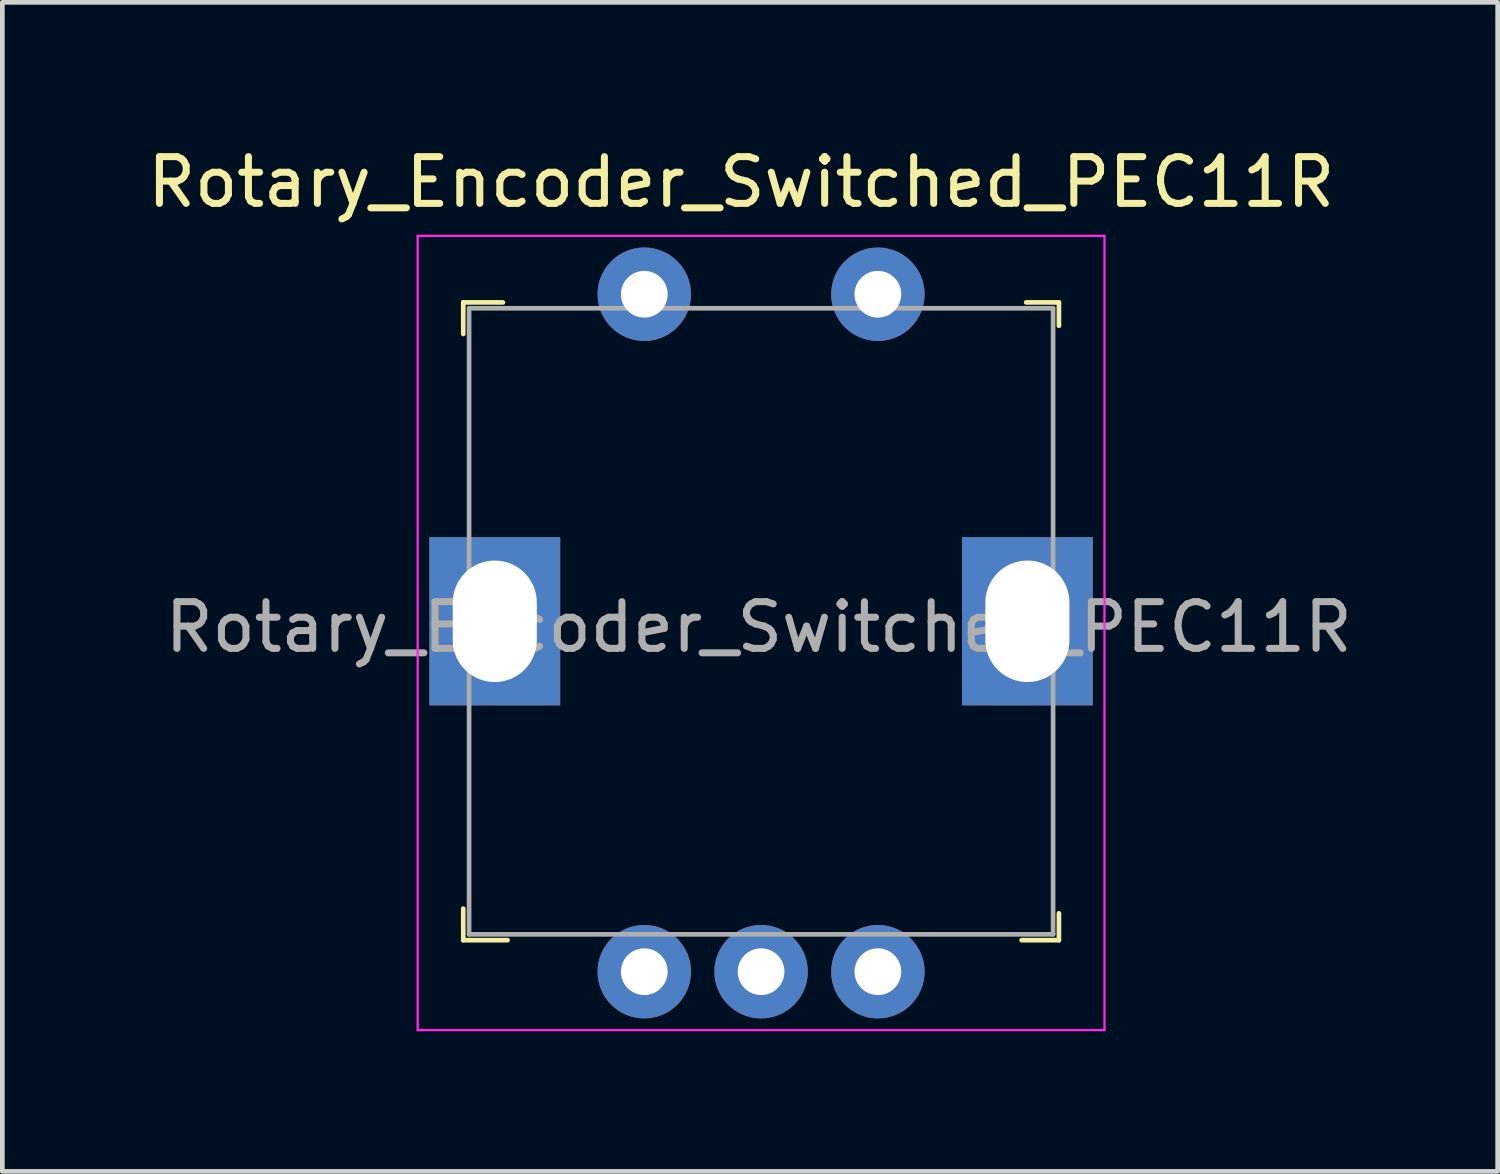
<source format=kicad_pcb>
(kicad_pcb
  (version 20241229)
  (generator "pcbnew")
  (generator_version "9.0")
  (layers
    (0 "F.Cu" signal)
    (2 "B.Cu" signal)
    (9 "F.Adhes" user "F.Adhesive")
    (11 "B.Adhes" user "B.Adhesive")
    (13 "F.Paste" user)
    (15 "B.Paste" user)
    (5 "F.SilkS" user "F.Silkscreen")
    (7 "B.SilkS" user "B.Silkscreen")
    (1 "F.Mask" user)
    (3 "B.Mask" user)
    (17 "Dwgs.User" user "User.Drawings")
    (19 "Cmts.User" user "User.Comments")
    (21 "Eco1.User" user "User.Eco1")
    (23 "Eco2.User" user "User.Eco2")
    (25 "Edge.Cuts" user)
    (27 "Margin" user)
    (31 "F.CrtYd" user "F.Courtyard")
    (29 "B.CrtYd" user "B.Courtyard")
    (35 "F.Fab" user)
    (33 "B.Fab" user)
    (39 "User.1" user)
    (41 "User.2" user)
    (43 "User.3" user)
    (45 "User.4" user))
  (footprint "Rotary_Encoder_Switched_PEC11R"
    (layer "F.Cu")
    (at 7.54 10.248)
    (property "Reference" "Rotary_Encoder_Switched_PEC11R" (at 5.275 -9.4 0) (layer "F.SilkS") (effects (font (size 1 1) (thickness 0.15))))
    (attr through_hole)
    (fp_line (start -0.675 -6.825) (end -0.675 -6.15) (stroke (width 0.1) (type solid)) (layer "F.SilkS"))
    (fp_line (start -0.675 6.825) (end -0.675 6.15) (stroke (width 0.1) (type solid)) (layer "F.SilkS"))
    (fp_line (start 0.175 -6.825) (end -0.675 -6.825) (stroke (width 0.1) (type solid)) (layer "F.SilkS"))
    (fp_line (start 0.275 6.825) (end -0.675 6.825) (stroke (width 0.1) (type solid)) (layer "F.SilkS"))
    (fp_line (start 11.375 -6.825) (end 12.075 -6.825) (stroke (width 0.1) (type solid)) (layer "F.SilkS"))
    (fp_line (start 12.075 -6.825) (end 12.075 -6.325) (stroke (width 0.1) (type solid)) (layer "F.SilkS"))
    (fp_line (start 12.075 6.25) (end 12.075 6.825) (stroke (width 0.1) (type solid)) (layer "F.SilkS"))
    (fp_line (start 12.075 6.825) (end 11.275 6.825) (stroke (width 0.1) (type solid)) (layer "F.SilkS"))
    (fp_line (start -1.65 -8.25) (end 13.05 -8.25) (stroke (width 0.05) (type solid)) (layer "F.CrtYd"))
    (fp_line (start -1.65 8.75) (end -1.65 -8.25) (stroke (width 0.05) (type solid)) (layer "F.CrtYd"))
    (fp_line (start 13.05 -8.25) (end 13.05 8.75) (stroke (width 0.05) (type solid)) (layer "F.CrtYd"))
    (fp_line (start 13.05 8.75) (end -1.65 8.75) (stroke (width 0.05) (type solid)) (layer "F.CrtYd"))
    (fp_line (start -0.55 -6.7) (end -0.55 6.7) (stroke (width 0.1) (type solid)) (layer "F.Fab"))
    (fp_line (start -0.55 -6.7) (end 11.95 -6.7) (stroke (width 0.1) (type solid)) (layer "F.Fab"))
    (fp_line (start -0.55 6.7) (end 11.95 6.7) (stroke (width 0.1) (type solid)) (layer "F.Fab"))
    (fp_line (start 11.95 -6.7) (end 11.95 6.7) (stroke (width 0.1) (type solid)) (layer "F.Fab"))
    (fp_text user "${REFERENCE}" (at 5.65 0.125 0) (layer "F.Fab") (effects (font (size 1 1) (thickness 0.15))))
    (pad "1" thru_hole circle (at 3.2 -7) (size 2 2) (drill 1) (layers "*.Cu" "*.Mask"))
    (pad "2" thru_hole circle (at 8.2 -7) (size 2 2) (drill 1) (layers "*.Cu" "*.Mask"))
    (pad "3" thru_hole rect (at 0 0) (size 2.8 3.6) (drill oval 1.8 2.6) (layers "*.Cu" "*.Mask"))
    (pad "3" thru_hole rect (at 11.4 0) (size 2.8 3.6) (drill oval 1.8 2.6) (layers "*.Cu" "*.Mask"))
    (pad "A" thru_hole circle (at 3.2 7.5) (size 2 2) (drill 1) (layers "*.Cu" "*.Mask"))
    (pad "B" thru_hole circle (at 8.2 7.5) (size 2 2) (drill 1) (layers "*.Cu" "*.Mask"))
    (pad "C" thru_hole circle (at 5.7 7.5) (size 2 2) (drill 1) (layers "*.Cu" "*.Mask")))
  (gr_rect
    (start -3 -3)
    (end 29.006 22.023)
    (stroke (width 0.1) (type default))
    (fill no)
    (layer "Edge.Cuts")))
</source>
